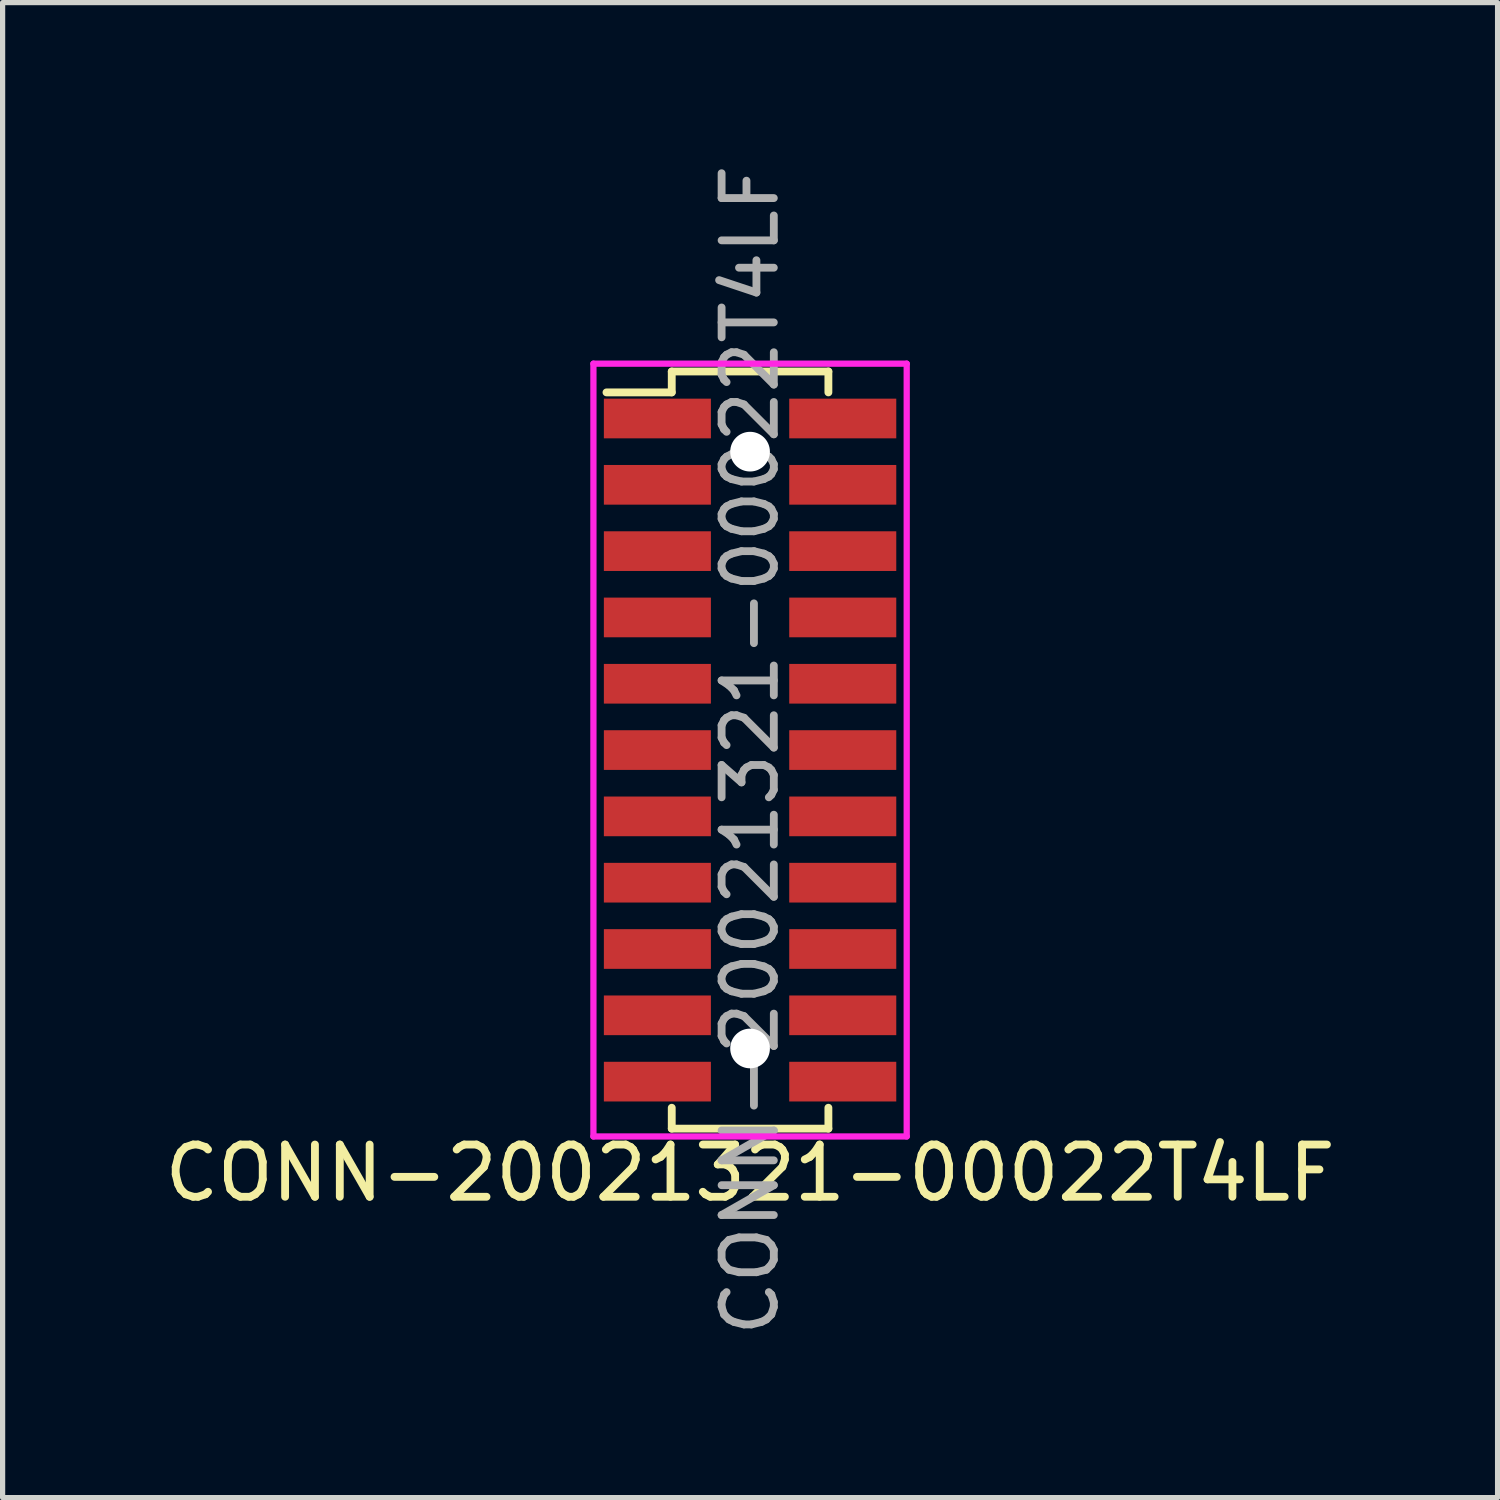
<source format=kicad_pcb>
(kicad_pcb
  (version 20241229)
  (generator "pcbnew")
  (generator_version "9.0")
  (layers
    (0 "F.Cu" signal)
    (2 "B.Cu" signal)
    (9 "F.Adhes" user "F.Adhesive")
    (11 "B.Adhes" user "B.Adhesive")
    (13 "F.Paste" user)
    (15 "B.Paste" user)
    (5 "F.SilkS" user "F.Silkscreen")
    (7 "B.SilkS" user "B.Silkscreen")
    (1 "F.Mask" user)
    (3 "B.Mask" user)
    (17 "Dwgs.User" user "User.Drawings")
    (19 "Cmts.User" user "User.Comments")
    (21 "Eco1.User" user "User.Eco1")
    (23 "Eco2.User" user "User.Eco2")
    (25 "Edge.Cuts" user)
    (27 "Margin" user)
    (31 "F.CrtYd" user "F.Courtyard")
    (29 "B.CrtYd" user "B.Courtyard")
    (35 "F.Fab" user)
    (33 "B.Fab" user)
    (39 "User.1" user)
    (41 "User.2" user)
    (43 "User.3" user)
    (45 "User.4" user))
  (footprint "CONN-20021321-00022T4LF"
    (layer "F.Cu")
    (at 11.315 11.315)
    (property "Reference" "CONN-20021321-00022T4LF" (at 0 8.1 0) (layer "F.SilkS") (effects (font (size 1 1) (thickness 0.15))))
    (attr through_hole)
    (fp_line (start -1.5 -7.25) (end -1.5 -6.85) (stroke (width 0.15) (type solid)) (layer "F.SilkS"))
    (fp_line (start -1.5 -6.85) (end -2.75 -6.85) (stroke (width 0.15) (type solid)) (layer "F.SilkS"))
    (fp_line (start -1.5 7.25) (end -1.5 6.85) (stroke (width 0.15) (type solid)) (layer "F.SilkS"))
    (fp_line (start 1.5 -7.25) (end -1.5 -7.25) (stroke (width 0.15) (type solid)) (layer "F.SilkS"))
    (fp_line (start 1.5 -7.25) (end 1.5 -6.85) (stroke (width 0.15) (type solid)) (layer "F.SilkS"))
    (fp_line (start 1.5 7.25) (end -1.5 7.25) (stroke (width 0.15) (type solid)) (layer "F.SilkS"))
    (fp_line (start 1.5 7.25) (end 1.5 6.85) (stroke (width 0.15) (type solid)) (layer "F.SilkS"))
    (fp_line (start -3 -7.4) (end 3 -7.4) (stroke (width 0.12) (type solid)) (layer "F.CrtYd"))
    (fp_line (start -3 7.4) (end -3 -7.4) (stroke (width 0.12) (type solid)) (layer "F.CrtYd"))
    (fp_line (start 3 -7.4) (end 3 7.4) (stroke (width 0.12) (type solid)) (layer "F.CrtYd"))
    (fp_line (start 3 7.4) (end -3 7.4) (stroke (width 0.12) (type solid)) (layer "F.CrtYd"))
    (fp_text user "${REFERENCE}" (at 0 0 90) (layer "F.Fab") (effects (font (size 1 1) (thickness 0.15))))
    (pad "" np_thru_hole circle (at 0 -5.715) (size 0.76 0.76) (drill 0.76) (layers "*.Cu" "*.Mask"))
    (pad "" np_thru_hole circle (at 0 5.715) (size 0.76 0.76) (drill 0.76) (layers "*.Cu" "*.Mask"))
    (pad "1" smd rect (at -1.775 -6.35) (size 2.05 0.76) (layers "F.Cu" "F.Mask" "F.Paste"))
    (pad "2" smd rect (at 1.775 -6.35) (size 2.05 0.76) (layers "F.Cu" "F.Mask" "F.Paste"))
    (pad "3" smd rect (at -1.775 -5.08) (size 2.05 0.76) (layers "F.Cu" "F.Mask" "F.Paste"))
    (pad "4" smd rect (at 1.775 -5.08) (size 2.05 0.76) (layers "F.Cu" "F.Mask" "F.Paste"))
    (pad "5" smd rect (at -1.775 -3.81) (size 2.05 0.76) (layers "F.Cu" "F.Mask" "F.Paste"))
    (pad "6" smd rect (at 1.775 -3.81) (size 2.05 0.76) (layers "F.Cu" "F.Mask" "F.Paste"))
    (pad "7" smd rect (at -1.775 -2.54) (size 2.05 0.76) (layers "F.Cu" "F.Mask" "F.Paste"))
    (pad "8" smd rect (at 1.775 -2.54) (size 2.05 0.76) (layers "F.Cu" "F.Mask" "F.Paste"))
    (pad "9" smd rect (at -1.775 -1.27) (size 2.05 0.76) (layers "F.Cu" "F.Mask" "F.Paste"))
    (pad "10" smd rect (at 1.775 -1.27) (size 2.05 0.76) (layers "F.Cu" "F.Mask" "F.Paste"))
    (pad "11" smd rect (at -1.775 0) (size 2.05 0.76) (layers "F.Cu" "F.Mask" "F.Paste"))
    (pad "12" smd rect (at 1.775 0) (size 2.05 0.76) (layers "F.Cu" "F.Mask" "F.Paste"))
    (pad "13" smd rect (at -1.775 1.27) (size 2.05 0.76) (layers "F.Cu" "F.Mask" "F.Paste"))
    (pad "14" smd rect (at 1.775 1.27) (size 2.05 0.76) (layers "F.Cu" "F.Mask" "F.Paste"))
    (pad "15" smd rect (at -1.775 2.54) (size 2.05 0.76) (layers "F.Cu" "F.Mask" "F.Paste"))
    (pad "16" smd rect (at 1.775 2.54) (size 2.05 0.76) (layers "F.Cu" "F.Mask" "F.Paste"))
    (pad "17" smd rect (at -1.775 3.81) (size 2.05 0.76) (layers "F.Cu" "F.Mask" "F.Paste"))
    (pad "18" smd rect (at 1.775 3.81) (size 2.05 0.76) (layers "F.Cu" "F.Mask" "F.Paste"))
    (pad "19" smd rect (at -1.775 5.08) (size 2.05 0.76) (layers "F.Cu" "F.Mask" "F.Paste"))
    (pad "20" smd rect (at 1.775 5.08) (size 2.05 0.76) (layers "F.Cu" "F.Mask" "F.Paste"))
    (pad "21" smd rect (at -1.775 6.35) (size 2.05 0.76) (layers "F.Cu" "F.Mask" "F.Paste"))
    (pad "22" smd rect (at 1.775 6.35) (size 2.05 0.76) (layers "F.Cu" "F.Mask" "F.Paste")))
  (gr_rect
    (start -3 -3)
    (end 25.631 25.631)
    (stroke (width 0.1) (type default))
    (fill no)
    (layer "Edge.Cuts")))
</source>
